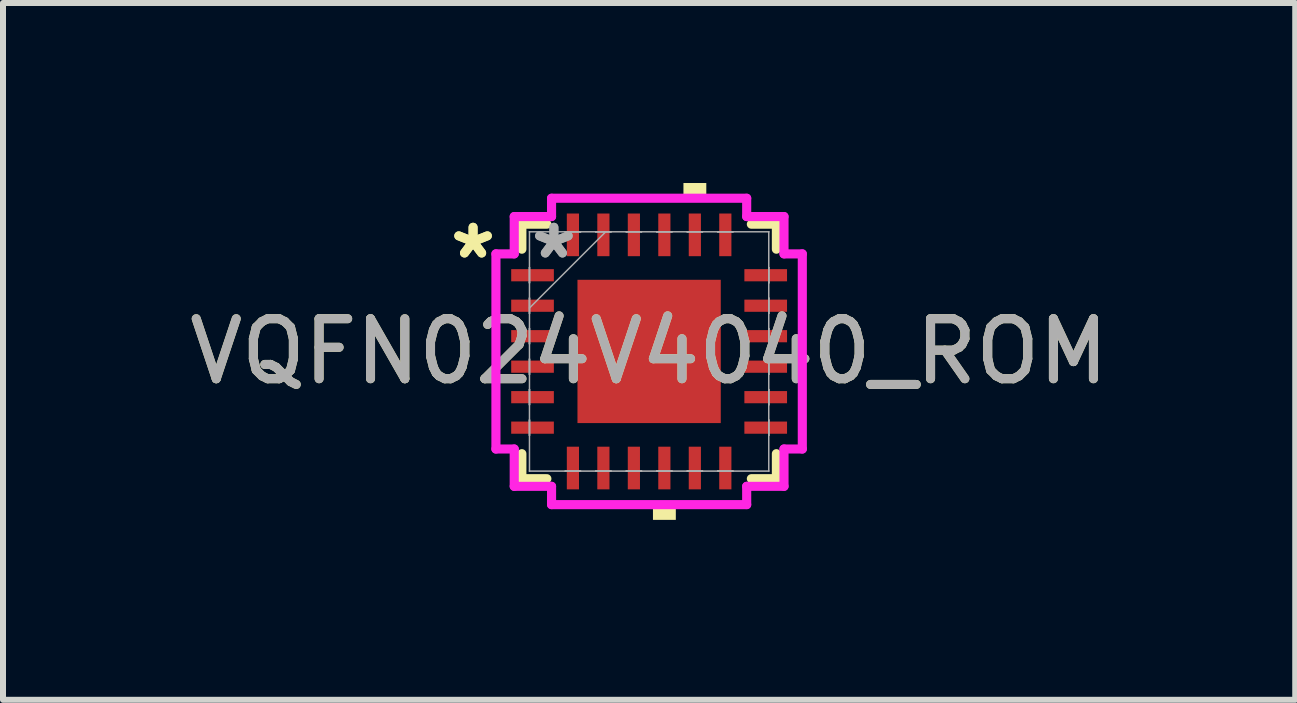
<source format=kicad_pcb>
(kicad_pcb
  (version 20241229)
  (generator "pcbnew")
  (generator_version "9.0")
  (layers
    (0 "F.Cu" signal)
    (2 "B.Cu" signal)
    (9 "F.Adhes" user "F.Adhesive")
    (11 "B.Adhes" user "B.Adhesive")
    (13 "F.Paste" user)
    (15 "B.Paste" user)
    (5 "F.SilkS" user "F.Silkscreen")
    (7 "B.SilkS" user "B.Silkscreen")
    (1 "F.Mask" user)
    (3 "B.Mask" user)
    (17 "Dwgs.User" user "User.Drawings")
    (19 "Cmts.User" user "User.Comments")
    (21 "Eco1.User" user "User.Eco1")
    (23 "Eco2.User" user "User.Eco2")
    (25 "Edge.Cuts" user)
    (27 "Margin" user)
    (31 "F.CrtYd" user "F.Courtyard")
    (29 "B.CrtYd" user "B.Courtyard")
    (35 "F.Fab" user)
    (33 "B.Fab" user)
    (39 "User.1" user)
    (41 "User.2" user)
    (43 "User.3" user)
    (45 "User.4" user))
  (footprint "VQFN024V4040_ROM"
    (layer "F.Cu")
    (at 7.768 2.807)
    (property "Reference" "VQFN024V4040_ROM" (at 0 0 0) (unlocked yes) (layer "F.SilkS") (effects (font (size 1 1) (thickness 0.15))))
    (attr smd)
    (fp_line (start -2.121 -2.121) (end -2.121 -1.704) (stroke (width 0.152) (type solid)) (layer "F.SilkS"))
    (fp_line (start -2.121 1.704) (end -2.121 2.121) (stroke (width 0.152) (type solid)) (layer "F.SilkS"))
    (fp_line (start -2.121 2.121) (end -1.704 2.121) (stroke (width 0.152) (type solid)) (layer "F.SilkS"))
    (fp_line (start -1.704 -2.121) (end -2.121 -2.121) (stroke (width 0.152) (type solid)) (layer "F.SilkS"))
    (fp_line (start 1.704 2.121) (end 2.121 2.121) (stroke (width 0.152) (type solid)) (layer "F.SilkS"))
    (fp_line (start 2.121 -2.121) (end 1.704 -2.121) (stroke (width 0.152) (type solid)) (layer "F.SilkS"))
    (fp_line (start 2.121 -1.704) (end 2.121 -2.121) (stroke (width 0.152) (type solid)) (layer "F.SilkS"))
    (fp_line (start 2.121 2.121) (end 2.121 1.704) (stroke (width 0.152) (type solid)) (layer "F.SilkS"))
    (fp_poly (pts (xy 0.064 2.553) (xy 0.064 2.807) (xy 0.445 2.807) (xy 0.445 2.553)) (stroke (width 0) (type solid)) (fill yes) (layer "F.SilkS"))
    (fp_poly (pts (xy 0.572 -2.553) (xy 0.572 -2.807) (xy 0.953 -2.807) (xy 0.953 -2.553)) (stroke (width 0) (type solid)) (fill yes) (layer "F.SilkS"))
    (fp_line (start -2.553 -1.626) (end -2.248 -1.626) (stroke (width 0.152) (type solid)) (layer "F.CrtYd"))
    (fp_line (start -2.553 1.626) (end -2.553 -1.626) (stroke (width 0.152) (type solid)) (layer "F.CrtYd"))
    (fp_line (start -2.248 -2.248) (end -1.626 -2.248) (stroke (width 0.152) (type solid)) (layer "F.CrtYd"))
    (fp_line (start -2.248 -1.626) (end -2.248 -2.248) (stroke (width 0.152) (type solid)) (layer "F.CrtYd"))
    (fp_line (start -2.248 1.626) (end -2.553 1.626) (stroke (width 0.152) (type solid)) (layer "F.CrtYd"))
    (fp_line (start -2.248 2.248) (end -2.248 1.626) (stroke (width 0.152) (type solid)) (layer "F.CrtYd"))
    (fp_line (start -1.626 -2.553) (end 1.626 -2.553) (stroke (width 0.152) (type solid)) (layer "F.CrtYd"))
    (fp_line (start -1.626 -2.248) (end -1.626 -2.553) (stroke (width 0.152) (type solid)) (layer "F.CrtYd"))
    (fp_line (start -1.626 2.248) (end -2.248 2.248) (stroke (width 0.152) (type solid)) (layer "F.CrtYd"))
    (fp_line (start -1.626 2.553) (end -1.626 2.248) (stroke (width 0.152) (type solid)) (layer "F.CrtYd"))
    (fp_line (start 1.626 -2.553) (end 1.626 -2.248) (stroke (width 0.152) (type solid)) (layer "F.CrtYd"))
    (fp_line (start 1.626 -2.248) (end 2.248 -2.248) (stroke (width 0.152) (type solid)) (layer "F.CrtYd"))
    (fp_line (start 1.626 2.248) (end 1.626 2.553) (stroke (width 0.152) (type solid)) (layer "F.CrtYd"))
    (fp_line (start 1.626 2.553) (end -1.626 2.553) (stroke (width 0.152) (type solid)) (layer "F.CrtYd"))
    (fp_line (start 2.248 -2.248) (end 2.248 -1.626) (stroke (width 0.152) (type solid)) (layer "F.CrtYd"))
    (fp_line (start 2.248 -1.626) (end 2.553 -1.626) (stroke (width 0.152) (type solid)) (layer "F.CrtYd"))
    (fp_line (start 2.248 1.626) (end 2.248 2.248) (stroke (width 0.152) (type solid)) (layer "F.CrtYd"))
    (fp_line (start 2.248 2.248) (end 1.626 2.248) (stroke (width 0.152) (type solid)) (layer "F.CrtYd"))
    (fp_line (start 2.553 -1.626) (end 2.553 1.626) (stroke (width 0.152) (type solid)) (layer "F.CrtYd"))
    (fp_line (start 2.553 1.626) (end 2.248 1.626) (stroke (width 0.152) (type solid)) (layer "F.CrtYd"))
    (fp_line (start -1.994 -1.994) (end -1.994 -1.994) (stroke (width 0.025) (type solid)) (layer "F.Fab"))
    (fp_line (start -1.994 -1.994) (end -1.994 1.994) (stroke (width 0.025) (type solid)) (layer "F.Fab"))
    (fp_line (start -1.994 -1.397) (end -1.994 -1.397) (stroke (width 0.025) (type solid)) (layer "F.Fab"))
    (fp_line (start -1.994 -1.397) (end -1.994 -1.143) (stroke (width 0.025) (type solid)) (layer "F.Fab"))
    (fp_line (start -1.994 -1.143) (end -1.994 -1.397) (stroke (width 0.025) (type solid)) (layer "F.Fab"))
    (fp_line (start -1.994 -1.143) (end -1.994 -1.143) (stroke (width 0.025) (type solid)) (layer "F.Fab"))
    (fp_line (start -1.994 -0.889) (end -1.994 -0.889) (stroke (width 0.025) (type solid)) (layer "F.Fab"))
    (fp_line (start -1.994 -0.889) (end -1.994 -0.635) (stroke (width 0.025) (type solid)) (layer "F.Fab"))
    (fp_line (start -1.994 -0.724) (end -0.724 -1.994) (stroke (width 0.025) (type solid)) (layer "F.Fab"))
    (fp_line (start -1.994 -0.635) (end -1.994 -0.889) (stroke (width 0.025) (type solid)) (layer "F.Fab"))
    (fp_line (start -1.994 -0.635) (end -1.994 -0.635) (stroke (width 0.025) (type solid)) (layer "F.Fab"))
    (fp_line (start -1.994 -0.381) (end -1.994 -0.381) (stroke (width 0.025) (type solid)) (layer "F.Fab"))
    (fp_line (start -1.994 -0.381) (end -1.994 -0.127) (stroke (width 0.025) (type solid)) (layer "F.Fab"))
    (fp_line (start -1.994 -0.127) (end -1.994 -0.381) (stroke (width 0.025) (type solid)) (layer "F.Fab"))
    (fp_line (start -1.994 -0.127) (end -1.994 -0.127) (stroke (width 0.025) (type solid)) (layer "F.Fab"))
    (fp_line (start -1.994 0.127) (end -1.994 0.127) (stroke (width 0.025) (type solid)) (layer "F.Fab"))
    (fp_line (start -1.994 0.127) (end -1.994 0.381) (stroke (width 0.025) (type solid)) (layer "F.Fab"))
    (fp_line (start -1.994 0.381) (end -1.994 0.127) (stroke (width 0.025) (type solid)) (layer "F.Fab"))
    (fp_line (start -1.994 0.381) (end -1.994 0.381) (stroke (width 0.025) (type solid)) (layer "F.Fab"))
    (fp_line (start -1.994 0.635) (end -1.994 0.635) (stroke (width 0.025) (type solid)) (layer "F.Fab"))
    (fp_line (start -1.994 0.635) (end -1.994 0.889) (stroke (width 0.025) (type solid)) (layer "F.Fab"))
    (fp_line (start -1.994 0.889) (end -1.994 0.635) (stroke (width 0.025) (type solid)) (layer "F.Fab"))
    (fp_line (start -1.994 0.889) (end -1.994 0.889) (stroke (width 0.025) (type solid)) (layer "F.Fab"))
    (fp_line (start -1.994 1.143) (end -1.994 1.143) (stroke (width 0.025) (type solid)) (layer "F.Fab"))
    (fp_line (start -1.994 1.143) (end -1.994 1.397) (stroke (width 0.025) (type solid)) (layer "F.Fab"))
    (fp_line (start -1.994 1.397) (end -1.994 1.143) (stroke (width 0.025) (type solid)) (layer "F.Fab"))
    (fp_line (start -1.994 1.397) (end -1.994 1.397) (stroke (width 0.025) (type solid)) (layer "F.Fab"))
    (fp_line (start -1.994 1.994) (end -1.994 1.994) (stroke (width 0.025) (type solid)) (layer "F.Fab"))
    (fp_line (start -1.994 1.994) (end 1.994 1.994) (stroke (width 0.025) (type solid)) (layer "F.Fab"))
    (fp_line (start -1.397 -1.994) (end -1.397 -1.994) (stroke (width 0.025) (type solid)) (layer "F.Fab"))
    (fp_line (start -1.397 -1.994) (end -1.143 -1.994) (stroke (width 0.025) (type solid)) (layer "F.Fab"))
    (fp_line (start -1.397 1.994) (end -1.397 1.994) (stroke (width 0.025) (type solid)) (layer "F.Fab"))
    (fp_line (start -1.397 1.994) (end -1.143 1.994) (stroke (width 0.025) (type solid)) (layer "F.Fab"))
    (fp_line (start -1.143 -1.994) (end -1.397 -1.994) (stroke (width 0.025) (type solid)) (layer "F.Fab"))
    (fp_line (start -1.143 -1.994) (end -1.143 -1.994) (stroke (width 0.025) (type solid)) (layer "F.Fab"))
    (fp_line (start -1.143 1.994) (end -1.397 1.994) (stroke (width 0.025) (type solid)) (layer "F.Fab"))
    (fp_line (start -1.143 1.994) (end -1.143 1.994) (stroke (width 0.025) (type solid)) (layer "F.Fab"))
    (fp_line (start -0.889 -1.994) (end -0.889 -1.994) (stroke (width 0.025) (type solid)) (layer "F.Fab"))
    (fp_line (start -0.889 -1.994) (end -0.635 -1.994) (stroke (width 0.025) (type solid)) (layer "F.Fab"))
    (fp_line (start -0.889 1.994) (end -0.889 1.994) (stroke (width 0.025) (type solid)) (layer "F.Fab"))
    (fp_line (start -0.889 1.994) (end -0.635 1.994) (stroke (width 0.025) (type solid)) (layer "F.Fab"))
    (fp_line (start -0.635 -1.994) (end -0.889 -1.994) (stroke (width 0.025) (type solid)) (layer "F.Fab"))
    (fp_line (start -0.635 -1.994) (end -0.635 -1.994) (stroke (width 0.025) (type solid)) (layer "F.Fab"))
    (fp_line (start -0.635 1.994) (end -0.889 1.994) (stroke (width 0.025) (type solid)) (layer "F.Fab"))
    (fp_line (start -0.635 1.994) (end -0.635 1.994) (stroke (width 0.025) (type solid)) (layer "F.Fab"))
    (fp_line (start -0.381 -1.994) (end -0.381 -1.994) (stroke (width 0.025) (type solid)) (layer "F.Fab"))
    (fp_line (start -0.381 -1.994) (end -0.127 -1.994) (stroke (width 0.025) (type solid)) (layer "F.Fab"))
    (fp_line (start -0.381 1.994) (end -0.381 1.994) (stroke (width 0.025) (type solid)) (layer "F.Fab"))
    (fp_line (start -0.381 1.994) (end -0.127 1.994) (stroke (width 0.025) (type solid)) (layer "F.Fab"))
    (fp_line (start -0.127 -1.994) (end -0.381 -1.994) (stroke (width 0.025) (type solid)) (layer "F.Fab"))
    (fp_line (start -0.127 -1.994) (end -0.127 -1.994) (stroke (width 0.025) (type solid)) (layer "F.Fab"))
    (fp_line (start -0.127 1.994) (end -0.381 1.994) (stroke (width 0.025) (type solid)) (layer "F.Fab"))
    (fp_line (start -0.127 1.994) (end -0.127 1.994) (stroke (width 0.025) (type solid)) (layer "F.Fab"))
    (fp_line (start 0.127 -1.994) (end 0.127 -1.994) (stroke (width 0.025) (type solid)) (layer "F.Fab"))
    (fp_line (start 0.127 -1.994) (end 0.381 -1.994) (stroke (width 0.025) (type solid)) (layer "F.Fab"))
    (fp_line (start 0.127 1.994) (end 0.127 1.994) (stroke (width 0.025) (type solid)) (layer "F.Fab"))
    (fp_line (start 0.127 1.994) (end 0.381 1.994) (stroke (width 0.025) (type solid)) (layer "F.Fab"))
    (fp_line (start 0.381 -1.994) (end 0.127 -1.994) (stroke (width 0.025) (type solid)) (layer "F.Fab"))
    (fp_line (start 0.381 -1.994) (end 0.381 -1.994) (stroke (width 0.025) (type solid)) (layer "F.Fab"))
    (fp_line (start 0.381 1.994) (end 0.127 1.994) (stroke (width 0.025) (type solid)) (layer "F.Fab"))
    (fp_line (start 0.381 1.994) (end 0.381 1.994) (stroke (width 0.025) (type solid)) (layer "F.Fab"))
    (fp_line (start 0.635 -1.994) (end 0.635 -1.994) (stroke (width 0.025) (type solid)) (layer "F.Fab"))
    (fp_line (start 0.635 -1.994) (end 0.889 -1.994) (stroke (width 0.025) (type solid)) (layer "F.Fab"))
    (fp_line (start 0.635 1.994) (end 0.635 1.994) (stroke (width 0.025) (type solid)) (layer "F.Fab"))
    (fp_line (start 0.635 1.994) (end 0.889 1.994) (stroke (width 0.025) (type solid)) (layer "F.Fab"))
    (fp_line (start 0.889 -1.994) (end 0.635 -1.994) (stroke (width 0.025) (type solid)) (layer "F.Fab"))
    (fp_line (start 0.889 -1.994) (end 0.889 -1.994) (stroke (width 0.025) (type solid)) (layer "F.Fab"))
    (fp_line (start 0.889 1.994) (end 0.635 1.994) (stroke (width 0.025) (type solid)) (layer "F.Fab"))
    (fp_line (start 0.889 1.994) (end 0.889 1.994) (stroke (width 0.025) (type solid)) (layer "F.Fab"))
    (fp_line (start 1.143 -1.994) (end 1.143 -1.994) (stroke (width 0.025) (type solid)) (layer "F.Fab"))
    (fp_line (start 1.143 -1.994) (end 1.397 -1.994) (stroke (width 0.025) (type solid)) (layer "F.Fab"))
    (fp_line (start 1.143 1.994) (end 1.143 1.994) (stroke (width 0.025) (type solid)) (layer "F.Fab"))
    (fp_line (start 1.143 1.994) (end 1.397 1.994) (stroke (width 0.025) (type solid)) (layer "F.Fab"))
    (fp_line (start 1.397 -1.994) (end 1.143 -1.994) (stroke (width 0.025) (type solid)) (layer "F.Fab"))
    (fp_line (start 1.397 -1.994) (end 1.397 -1.994) (stroke (width 0.025) (type solid)) (layer "F.Fab"))
    (fp_line (start 1.397 1.994) (end 1.143 1.994) (stroke (width 0.025) (type solid)) (layer "F.Fab"))
    (fp_line (start 1.397 1.994) (end 1.397 1.994) (stroke (width 0.025) (type solid)) (layer "F.Fab"))
    (fp_line (start 1.994 -1.994) (end -1.994 -1.994) (stroke (width 0.025) (type solid)) (layer "F.Fab"))
    (fp_line (start 1.994 -1.994) (end 1.994 -1.994) (stroke (width 0.025) (type solid)) (layer "F.Fab"))
    (fp_line (start 1.994 -1.397) (end 1.994 -1.397) (stroke (width 0.025) (type solid)) (layer "F.Fab"))
    (fp_line (start 1.994 -1.397) (end 1.994 -1.143) (stroke (width 0.025) (type solid)) (layer "F.Fab"))
    (fp_line (start 1.994 -1.143) (end 1.994 -1.397) (stroke (width 0.025) (type solid)) (layer "F.Fab"))
    (fp_line (start 1.994 -1.143) (end 1.994 -1.143) (stroke (width 0.025) (type solid)) (layer "F.Fab"))
    (fp_line (start 1.994 -0.889) (end 1.994 -0.889) (stroke (width 0.025) (type solid)) (layer "F.Fab"))
    (fp_line (start 1.994 -0.889) (end 1.994 -0.635) (stroke (width 0.025) (type solid)) (layer "F.Fab"))
    (fp_line (start 1.994 -0.635) (end 1.994 -0.889) (stroke (width 0.025) (type solid)) (layer "F.Fab"))
    (fp_line (start 1.994 -0.635) (end 1.994 -0.635) (stroke (width 0.025) (type solid)) (layer "F.Fab"))
    (fp_line (start 1.994 -0.381) (end 1.994 -0.381) (stroke (width 0.025) (type solid)) (layer "F.Fab"))
    (fp_line (start 1.994 -0.381) (end 1.994 -0.127) (stroke (width 0.025) (type solid)) (layer "F.Fab"))
    (fp_line (start 1.994 -0.127) (end 1.994 -0.381) (stroke (width 0.025) (type solid)) (layer "F.Fab"))
    (fp_line (start 1.994 -0.127) (end 1.994 -0.127) (stroke (width 0.025) (type solid)) (layer "F.Fab"))
    (fp_line (start 1.994 0.127) (end 1.994 0.127) (stroke (width 0.025) (type solid)) (layer "F.Fab"))
    (fp_line (start 1.994 0.127) (end 1.994 0.381) (stroke (width 0.025) (type solid)) (layer "F.Fab"))
    (fp_line (start 1.994 0.381) (end 1.994 0.127) (stroke (width 0.025) (type solid)) (layer "F.Fab"))
    (fp_line (start 1.994 0.381) (end 1.994 0.381) (stroke (width 0.025) (type solid)) (layer "F.Fab"))
    (fp_line (start 1.994 0.635) (end 1.994 0.635) (stroke (width 0.025) (type solid)) (layer "F.Fab"))
    (fp_line (start 1.994 0.635) (end 1.994 0.889) (stroke (width 0.025) (type solid)) (layer "F.Fab"))
    (fp_line (start 1.994 0.889) (end 1.994 0.635) (stroke (width 0.025) (type solid)) (layer "F.Fab"))
    (fp_line (start 1.994 0.889) (end 1.994 0.889) (stroke (width 0.025) (type solid)) (layer "F.Fab"))
    (fp_line (start 1.994 1.143) (end 1.994 1.143) (stroke (width 0.025) (type solid)) (layer "F.Fab"))
    (fp_line (start 1.994 1.143) (end 1.994 1.397) (stroke (width 0.025) (type solid)) (layer "F.Fab"))
    (fp_line (start 1.994 1.397) (end 1.994 1.143) (stroke (width 0.025) (type solid)) (layer "F.Fab"))
    (fp_line (start 1.994 1.397) (end 1.994 1.397) (stroke (width 0.025) (type solid)) (layer "F.Fab"))
    (fp_line (start 1.994 1.994) (end 1.994 -1.994) (stroke (width 0.025) (type solid)) (layer "F.Fab"))
    (fp_line (start 1.994 1.994) (end 1.994 1.994) (stroke (width 0.025) (type solid)) (layer "F.Fab"))
    (fp_text user "*" (at -2.934 -1.524 0) (layer "F.SilkS") (effects (font (size 1 1) (thickness 0.15))))
    (fp_text user "*" (at -2.934 -1.524 0) (unlocked yes) (layer "F.SilkS") (effects (font (size 1 1) (thickness 0.15))))
    (fp_text user "*" (at -1.587 -1.524 0) (unlocked yes) (layer "F.Fab") (effects (font (size 1 1) (thickness 0.15))))
    (fp_text user "*" (at -1.587 -1.524 0) (layer "F.Fab") (effects (font (size 1 1) (thickness 0.15))))
    (fp_text user "${REFERENCE}" (at 0 0 0) (unlocked yes) (layer "F.Fab") (effects (font (size 1 1) (thickness 0.15))))
    (pad "1" smd rect (at -1.943 -1.27 90) (size 0.203 0.711) (layers "F.Cu" "F.Mask" "F.Paste"))
    (pad "2" smd rect (at -1.943 -0.762 90) (size 0.203 0.711) (layers "F.Cu" "F.Mask" "F.Paste"))
    (pad "3" smd rect (at -1.943 -0.254 90) (size 0.203 0.711) (layers "F.Cu" "F.Mask" "F.Paste"))
    (pad "4" smd rect (at -1.943 0.254 90) (size 0.203 0.711) (layers "F.Cu" "F.Mask" "F.Paste"))
    (pad "5" smd rect (at -1.943 0.762 90) (size 0.203 0.711) (layers "F.Cu" "F.Mask" "F.Paste"))
    (pad "6" smd rect (at -1.943 1.27 90) (size 0.203 0.711) (layers "F.Cu" "F.Mask" "F.Paste"))
    (pad "7" smd rect (at -1.27 1.943) (size 0.203 0.711) (layers "F.Cu" "F.Mask" "F.Paste"))
    (pad "8" smd rect (at -0.762 1.943) (size 0.203 0.711) (layers "F.Cu" "F.Mask" "F.Paste"))
    (pad "9" smd rect (at -0.254 1.943) (size 0.203 0.711) (layers "F.Cu" "F.Mask" "F.Paste"))
    (pad "10" smd rect (at 0.254 1.943) (size 0.203 0.711) (layers "F.Cu" "F.Mask" "F.Paste"))
    (pad "11" smd rect (at 0.762 1.943) (size 0.203 0.711) (layers "F.Cu" "F.Mask" "F.Paste"))
    (pad "12" smd rect (at 1.27 1.943) (size 0.203 0.711) (layers "F.Cu" "F.Mask" "F.Paste"))
    (pad "13" smd rect (at 1.943 1.27 90) (size 0.203 0.711) (layers "F.Cu" "F.Mask" "F.Paste"))
    (pad "14" smd rect (at 1.943 0.762 90) (size 0.203 0.711) (layers "F.Cu" "F.Mask" "F.Paste"))
    (pad "15" smd rect (at 1.943 0.254 90) (size 0.203 0.711) (layers "F.Cu" "F.Mask" "F.Paste"))
    (pad "16" smd rect (at 1.943 -0.254 90) (size 0.203 0.711) (layers "F.Cu" "F.Mask" "F.Paste"))
    (pad "17" smd rect (at 1.943 -0.762 90) (size 0.203 0.711) (layers "F.Cu" "F.Mask" "F.Paste"))
    (pad "18" smd rect (at 1.943 -1.27 90) (size 0.203 0.711) (layers "F.Cu" "F.Mask" "F.Paste"))
    (pad "19" smd rect (at 1.27 -1.943) (size 0.203 0.711) (layers "F.Cu" "F.Mask" "F.Paste"))
    (pad "20" smd rect (at 0.762 -1.943) (size 0.203 0.711) (layers "F.Cu" "F.Mask" "F.Paste"))
    (pad "21" smd rect (at 0.254 -1.943) (size 0.203 0.711) (layers "F.Cu" "F.Mask" "F.Paste"))
    (pad "22" smd rect (at -0.254 -1.943) (size 0.203 0.711) (layers "F.Cu" "F.Mask" "F.Paste"))
    (pad "23" smd rect (at -0.762 -1.943) (size 0.203 0.711) (layers "F.Cu" "F.Mask" "F.Paste"))
    (pad "24" smd rect (at -1.27 -1.943) (size 0.203 0.711) (layers "F.Cu" "F.Mask" "F.Paste"))
    (pad "25" smd rect (at 0 0) (size 2.388 2.388) (layers "F.Cu" "F.Mask" "F.Paste")))
  (gr_rect
    (start -3 -3)
    (end 18.536 8.613)
    (stroke (width 0.1) (type default))
    (fill no)
    (layer "Edge.Cuts")))
</source>
